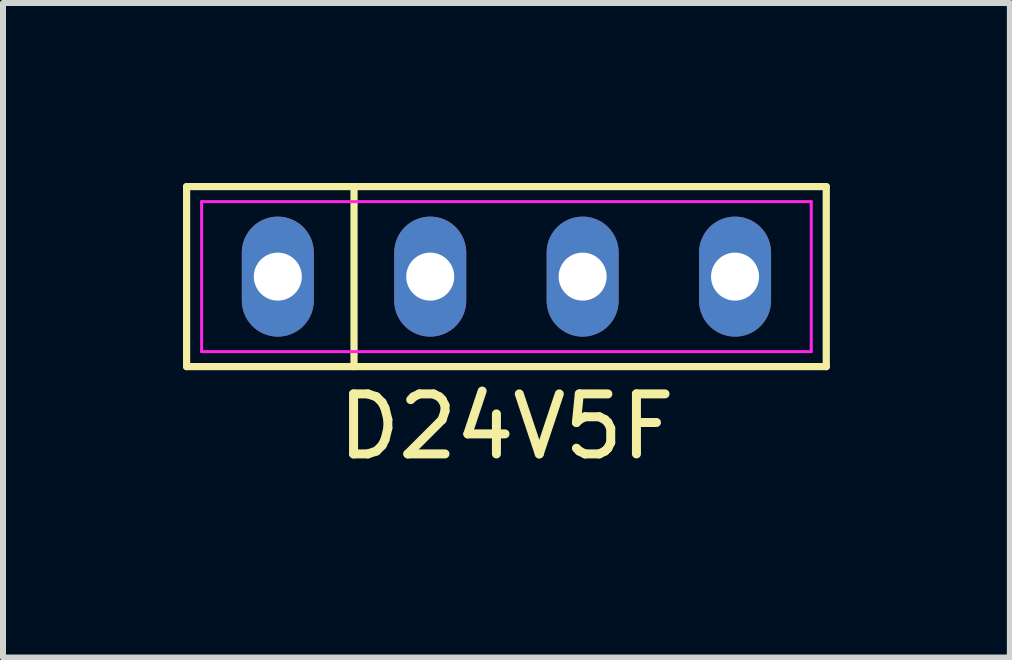
<source format=kicad_pcb>
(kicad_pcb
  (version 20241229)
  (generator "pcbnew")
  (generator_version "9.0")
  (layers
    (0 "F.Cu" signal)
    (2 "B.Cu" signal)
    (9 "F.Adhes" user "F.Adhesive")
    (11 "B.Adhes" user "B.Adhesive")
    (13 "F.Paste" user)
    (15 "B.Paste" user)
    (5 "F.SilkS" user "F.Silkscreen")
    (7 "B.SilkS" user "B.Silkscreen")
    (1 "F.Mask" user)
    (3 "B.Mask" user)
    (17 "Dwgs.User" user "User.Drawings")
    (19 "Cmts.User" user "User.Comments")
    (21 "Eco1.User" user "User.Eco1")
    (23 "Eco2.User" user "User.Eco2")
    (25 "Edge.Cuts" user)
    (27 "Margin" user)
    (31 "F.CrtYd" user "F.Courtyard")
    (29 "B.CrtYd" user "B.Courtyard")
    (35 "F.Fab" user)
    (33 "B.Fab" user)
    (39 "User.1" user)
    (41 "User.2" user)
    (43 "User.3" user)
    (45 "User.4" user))
  (footprint "D24V5F"
    (layer "F.Cu")
    (at 5.39 1.56)
    (property "Reference" "D24V5F" (at 0 2.5 0) (layer "F.SilkS") (effects (font (size 1 1) (thickness 0.15))))
    (fp_line (start -5.33 -1.5) (end 5.33 -1.5) (stroke (width 0.12) (type solid)) (layer "F.SilkS"))
    (fp_line (start -5.33 1.5) (end -5.33 -1.5) (stroke (width 0.12) (type solid)) (layer "F.SilkS"))
    (fp_line (start -2.54 -1.5) (end -2.54 1.5) (stroke (width 0.12) (type solid)) (layer "F.SilkS"))
    (fp_line (start 5.33 -1.5) (end 5.33 1.5) (stroke (width 0.12) (type solid)) (layer "F.SilkS"))
    (fp_line (start 5.33 1.5) (end -5.33 1.5) (stroke (width 0.12) (type solid)) (layer "F.SilkS"))
    (fp_line (start -5.08 -1.25) (end 5.08 -1.25) (stroke (width 0.05) (type solid)) (layer "F.CrtYd"))
    (fp_line (start -5.08 1.25) (end -5.08 -1.25) (stroke (width 0.05) (type solid)) (layer "F.CrtYd"))
    (fp_line (start 5.08 -1.25) (end 5.08 1.25) (stroke (width 0.05) (type solid)) (layer "F.CrtYd"))
    (fp_line (start 5.08 1.25) (end -5.08 1.25) (stroke (width 0.05) (type solid)) (layer "F.CrtYd"))
    (pad "1" thru_hole oval (at -3.81 0) (size 1.2 2) (drill 0.8) (layers "*.Cu" "*.Mask"))
    (pad "2" thru_hole oval (at -1.27 0) (size 1.2 2) (drill 0.8) (layers "*.Cu" "*.Mask"))
    (pad "3" thru_hole oval (at 1.27 0) (size 1.2 2) (drill 0.8) (layers "*.Cu" "*.Mask"))
    (pad "4" thru_hole oval (at 3.81 0) (size 1.2 2) (drill 0.8) (layers "*.Cu" "*.Mask")))
  (gr_rect
    (start -3 -3)
    (end 13.78 7.908)
    (stroke (width 0.1) (type default))
    (fill no)
    (layer "Edge.Cuts")))
</source>
